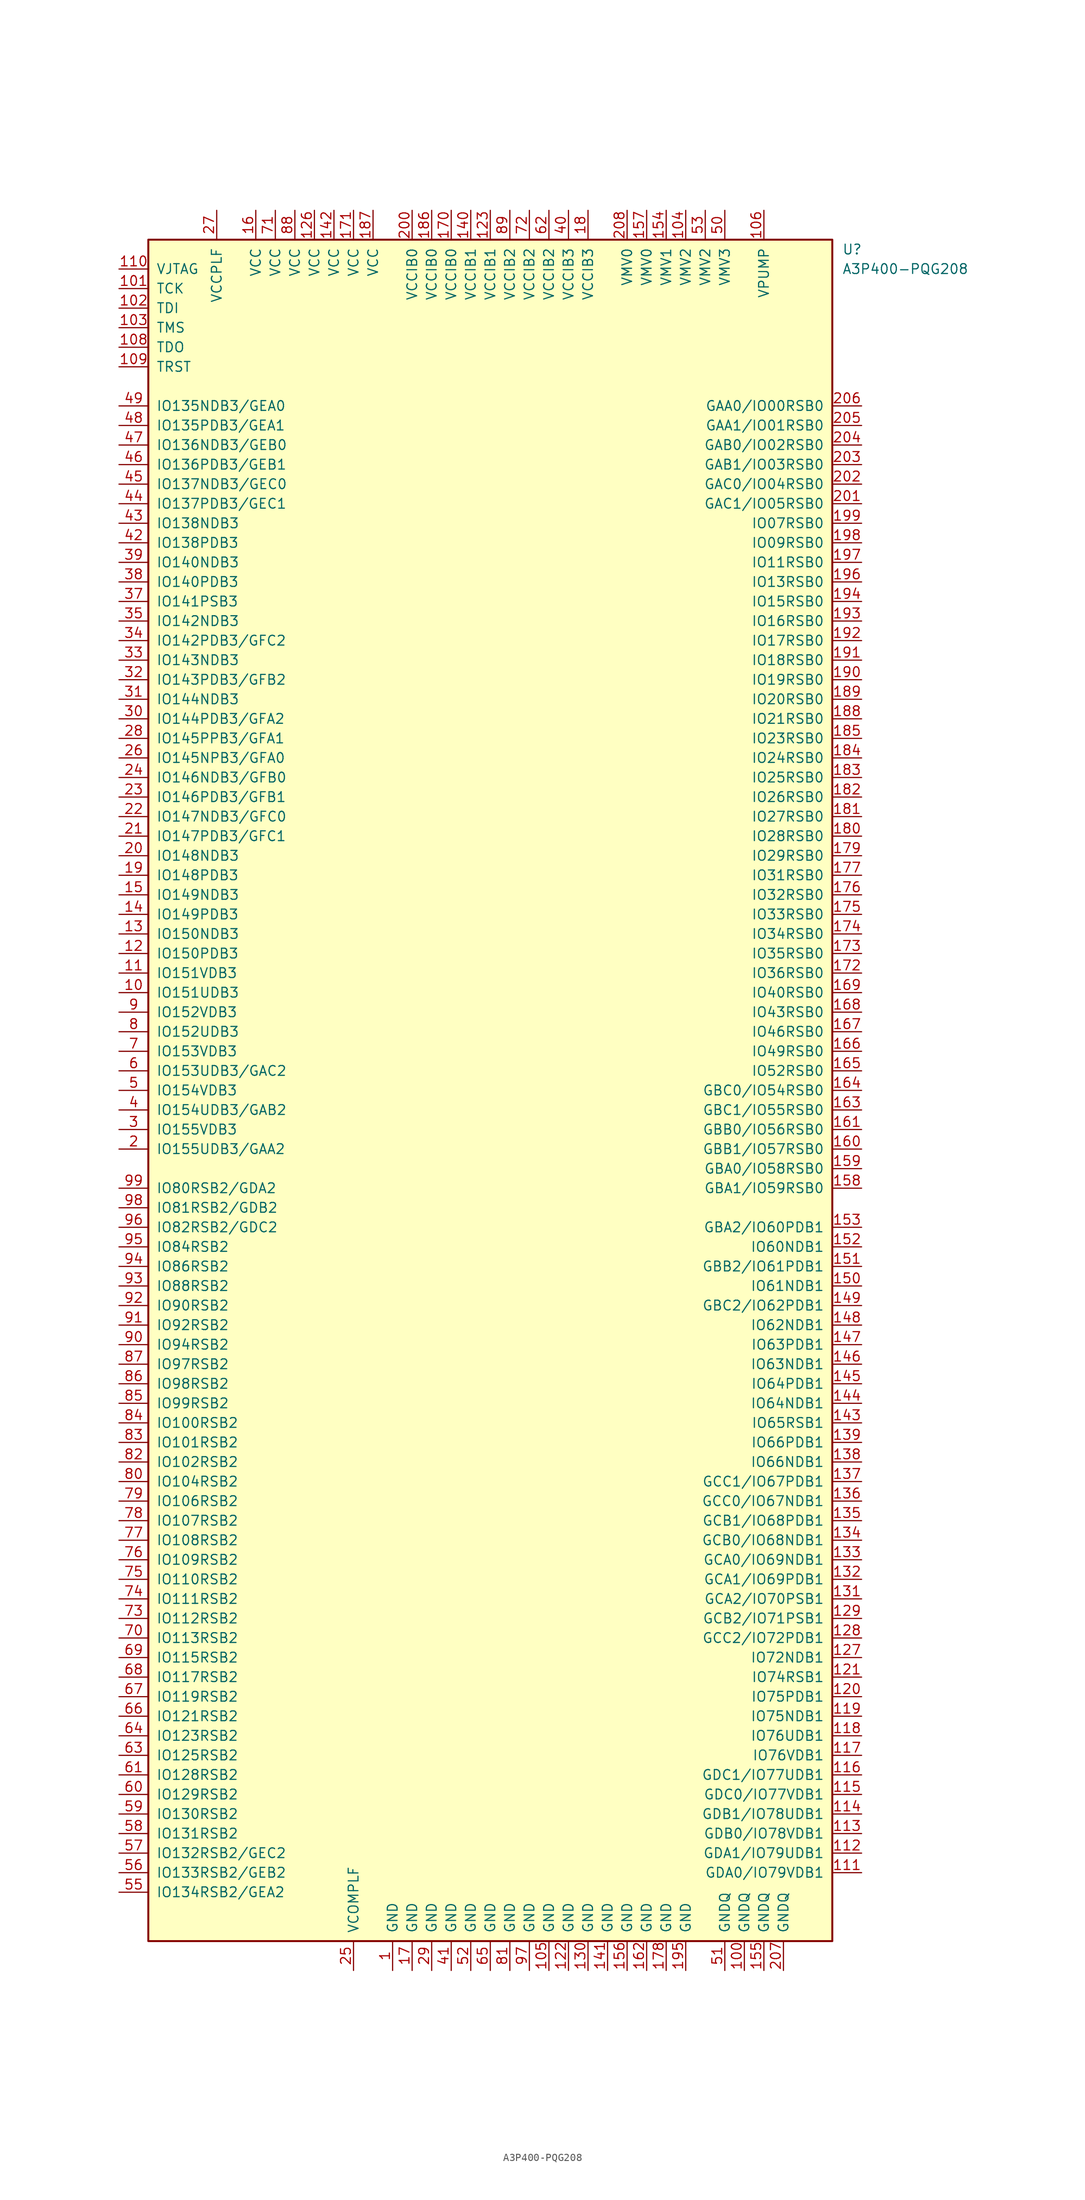
<source format=kicad_sym>
(kicad_symbol_lib
  (version 20231120)
  (generator "kicad_symbol_editor")
  (generator_version "8.0")
  (symbol "A3P400-PQG208"
    (pin_names
      (offset 1.016))
    (property "Reference" "U"
      (at 45.72 109.22 0)
      (effects (font (size 1.27 1.27)) (justify left)))
    (property "Value" "A3P400-PQG208"
      (at 45.72 106.68 0)
      (effects (font (size 1.27 1.27)) (justify left)))
    (symbol "A3P400-PQG208_1_0"
      (rectangle (start -44.45 -110.49) (end 44.45 110.49) (stroke (width 0.254) (type default)) (fill (type background))))
    (symbol "A3P400-PQG208_1_1"
      (pin power_in line (at -12.7 -114.3 90) (length 3.81) (name "GND" (effects (font (size 1.27 1.27)))) (number "1" (effects (font (size 1.27 1.27)))))
      (pin bidirectional line (at -48.26 12.7 0) (length 3.81) (name "IO151UDB3" (effects (font (size 1.27 1.27)))) (number "10" (effects (font (size 1.27 1.27)))))
      (pin power_in line (at 33.02 -114.3 90) (length 3.81) (name "GNDQ" (effects (font (size 1.27 1.27)))) (number "100" (effects (font (size 1.27 1.27)))))
      (pin bidirectional line (at -48.26 104.14 0) (length 3.81) (name "TCK" (effects (font (size 1.27 1.27)))) (number "101" (effects (font (size 1.27 1.27)))))
      (pin bidirectional line (at -48.26 101.6 0) (length 3.81) (name "TDI" (effects (font (size 1.27 1.27)))) (number "102" (effects (font (size 1.27 1.27)))))
      (pin bidirectional line (at -48.26 99.06 0) (length 3.81) (name "TMS" (effects (font (size 1.27 1.27)))) (number "103" (effects (font (size 1.27 1.27)))))
      (pin power_in line (at 25.4 114.3 270) (length 3.81) (name "VMV2" (effects (font (size 1.27 1.27)))) (number "104" (effects (font (size 1.27 1.27)))))
      (pin power_in line (at 7.62 -114.3 90) (length 3.81) (name "GND" (effects (font (size 1.27 1.27)))) (number "105" (effects (font (size 1.27 1.27)))))
      (pin power_in line (at 35.56 114.3 270) (length 3.81) (name "VPUMP" (effects (font (size 1.27 1.27)))) (number "106" (effects (font (size 1.27 1.27)))))
      (pin bidirectional line (at -48.26 96.52 0) (length 3.81) (name "TDO" (effects (font (size 1.27 1.27)))) (number "108" (effects (font (size 1.27 1.27)))))
      (pin bidirectional line (at -48.26 93.98 0) (length 3.81) (name "TRST" (effects (font (size 1.27 1.27)))) (number "109" (effects (font (size 1.27 1.27)))))
      (pin bidirectional line (at -48.26 15.24 0) (length 3.81) (name "IO151VDB3" (effects (font (size 1.27 1.27)))) (number "11" (effects (font (size 1.27 1.27)))))
      (pin power_in line (at -48.26 106.68 0) (length 3.81) (name "VJTAG" (effects (font (size 1.27 1.27)))) (number "110" (effects (font (size 1.27 1.27)))))
      (pin bidirectional line (at 48.26 -101.6 180) (length 3.81) (name "GDA0/IO79VDB1" (effects (font (size 1.27 1.27)))) (number "111" (effects (font (size 1.27 1.27)))))
      (pin bidirectional line (at 48.26 -99.06 180) (length 3.81) (name "GDA1/IO79UDB1" (effects (font (size 1.27 1.27)))) (number "112" (effects (font (size 1.27 1.27)))))
      (pin bidirectional line (at 48.26 -96.52 180) (length 3.81) (name "GDB0/IO78VDB1" (effects (font (size 1.27 1.27)))) (number "113" (effects (font (size 1.27 1.27)))))
      (pin bidirectional line (at 48.26 -93.98 180) (length 3.81) (name "GDB1/IO78UDB1" (effects (font (size 1.27 1.27)))) (number "114" (effects (font (size 1.27 1.27)))))
      (pin bidirectional line (at 48.26 -91.44 180) (length 3.81) (name "GDC0/IO77VDB1" (effects (font (size 1.27 1.27)))) (number "115" (effects (font (size 1.27 1.27)))))
      (pin bidirectional line (at 48.26 -88.9 180) (length 3.81) (name "GDC1/IO77UDB1" (effects (font (size 1.27 1.27)))) (number "116" (effects (font (size 1.27 1.27)))))
      (pin bidirectional line (at 48.26 -86.36 180) (length 3.81) (name "IO76VDB1" (effects (font (size 1.27 1.27)))) (number "117" (effects (font (size 1.27 1.27)))))
      (pin bidirectional line (at 48.26 -83.82 180) (length 3.81) (name "IO76UDB1" (effects (font (size 1.27 1.27)))) (number "118" (effects (font (size 1.27 1.27)))))
      (pin bidirectional line (at 48.26 -81.28 180) (length 3.81) (name "IO75NDB1" (effects (font (size 1.27 1.27)))) (number "119" (effects (font (size 1.27 1.27)))))
      (pin bidirectional line (at -48.26 17.78 0) (length 3.81) (name "IO150PDB3" (effects (font (size 1.27 1.27)))) (number "12" (effects (font (size 1.27 1.27)))))
      (pin bidirectional line (at 48.26 -78.74 180) (length 3.81) (name "IO75PDB1" (effects (font (size 1.27 1.27)))) (number "120" (effects (font (size 1.27 1.27)))))
      (pin bidirectional line (at 48.26 -76.2 180) (length 3.81) (name "IO74RSB1" (effects (font (size 1.27 1.27)))) (number "121" (effects (font (size 1.27 1.27)))))
      (pin power_in line (at 10.16 -114.3 90) (length 3.81) (name "GND" (effects (font (size 1.27 1.27)))) (number "122" (effects (font (size 1.27 1.27)))))
      (pin power_in line (at 0 114.3 270) (length 3.81) (name "VCCIB1" (effects (font (size 1.27 1.27)))) (number "123" (effects (font (size 1.27 1.27)))))
      (pin power_in line (at -22.86 114.3 270) (length 3.81) (name "VCC" (effects (font (size 1.27 1.27)))) (number "126" (effects (font (size 1.27 1.27)))))
      (pin bidirectional line (at 48.26 -73.66 180) (length 3.81) (name "IO72NDB1" (effects (font (size 1.27 1.27)))) (number "127" (effects (font (size 1.27 1.27)))))
      (pin bidirectional line (at 48.26 -71.12 180) (length 3.81) (name "GCC2/IO72PDB1" (effects (font (size 1.27 1.27)))) (number "128" (effects (font (size 1.27 1.27)))))
      (pin bidirectional line (at 48.26 -68.58 180) (length 3.81) (name "GCB2/IO71PSB1" (effects (font (size 1.27 1.27)))) (number "129" (effects (font (size 1.27 1.27)))))
      (pin bidirectional line (at -48.26 20.32 0) (length 3.81) (name "IO150NDB3" (effects (font (size 1.27 1.27)))) (number "13" (effects (font (size 1.27 1.27)))))
      (pin power_in line (at 12.7 -114.3 90) (length 3.81) (name "GND" (effects (font (size 1.27 1.27)))) (number "130" (effects (font (size 1.27 1.27)))))
      (pin bidirectional line (at 48.26 -66.04 180) (length 3.81) (name "GCA2/IO70PSB1" (effects (font (size 1.27 1.27)))) (number "131" (effects (font (size 1.27 1.27)))))
      (pin bidirectional line (at 48.26 -63.5 180) (length 3.81) (name "GCA1/IO69PDB1" (effects (font (size 1.27 1.27)))) (number "132" (effects (font (size 1.27 1.27)))))
      (pin bidirectional line (at 48.26 -60.96 180) (length 3.81) (name "GCA0/IO69NDB1" (effects (font (size 1.27 1.27)))) (number "133" (effects (font (size 1.27 1.27)))))
      (pin bidirectional line (at 48.26 -58.42 180) (length 3.81) (name "GCB0/IO68NDB1" (effects (font (size 1.27 1.27)))) (number "134" (effects (font (size 1.27 1.27)))))
      (pin bidirectional line (at 48.26 -55.88 180) (length 3.81) (name "GCB1/IO68PDB1" (effects (font (size 1.27 1.27)))) (number "135" (effects (font (size 1.27 1.27)))))
      (pin bidirectional line (at 48.26 -53.34 180) (length 3.81) (name "GCC0/IO67NDB1" (effects (font (size 1.27 1.27)))) (number "136" (effects (font (size 1.27 1.27)))))
      (pin bidirectional line (at 48.26 -50.8 180) (length 3.81) (name "GCC1/IO67PDB1" (effects (font (size 1.27 1.27)))) (number "137" (effects (font (size 1.27 1.27)))))
      (pin bidirectional line (at 48.26 -48.26 180) (length 3.81) (name "IO66NDB1" (effects (font (size 1.27 1.27)))) (number "138" (effects (font (size 1.27 1.27)))))
      (pin bidirectional line (at 48.26 -45.72 180) (length 3.81) (name "IO66PDB1" (effects (font (size 1.27 1.27)))) (number "139" (effects (font (size 1.27 1.27)))))
      (pin bidirectional line (at -48.26 22.86 0) (length 3.81) (name "IO149PDB3" (effects (font (size 1.27 1.27)))) (number "14" (effects (font (size 1.27 1.27)))))
      (pin power_in line (at -2.54 114.3 270) (length 3.81) (name "VCCIB1" (effects (font (size 1.27 1.27)))) (number "140" (effects (font (size 1.27 1.27)))))
      (pin power_in line (at 15.24 -114.3 90) (length 3.81) (name "GND" (effects (font (size 1.27 1.27)))) (number "141" (effects (font (size 1.27 1.27)))))
      (pin power_in line (at -20.32 114.3 270) (length 3.81) (name "VCC" (effects (font (size 1.27 1.27)))) (number "142" (effects (font (size 1.27 1.27)))))
      (pin bidirectional line (at 48.26 -43.18 180) (length 3.81) (name "IO65RSB1" (effects (font (size 1.27 1.27)))) (number "143" (effects (font (size 1.27 1.27)))))
      (pin bidirectional line (at 48.26 -40.64 180) (length 3.81) (name "IO64NDB1" (effects (font (size 1.27 1.27)))) (number "144" (effects (font (size 1.27 1.27)))))
      (pin bidirectional line (at 48.26 -38.1 180) (length 3.81) (name "IO64PDB1" (effects (font (size 1.27 1.27)))) (number "145" (effects (font (size 1.27 1.27)))))
      (pin bidirectional line (at 48.26 -35.56 180) (length 3.81) (name "IO63NDB1" (effects (font (size 1.27 1.27)))) (number "146" (effects (font (size 1.27 1.27)))))
      (pin bidirectional line (at 48.26 -33.02 180) (length 3.81) (name "IO63PDB1" (effects (font (size 1.27 1.27)))) (number "147" (effects (font (size 1.27 1.27)))))
      (pin bidirectional line (at 48.26 -30.48 180) (length 3.81) (name "IO62NDB1" (effects (font (size 1.27 1.27)))) (number "148" (effects (font (size 1.27 1.27)))))
      (pin bidirectional line (at 48.26 -27.94 180) (length 3.81) (name "GBC2/IO62PDB1" (effects (font (size 1.27 1.27)))) (number "149" (effects (font (size 1.27 1.27)))))
      (pin bidirectional line (at -48.26 25.4 0) (length 3.81) (name "IO149NDB3" (effects (font (size 1.27 1.27)))) (number "15" (effects (font (size 1.27 1.27)))))
      (pin bidirectional line (at 48.26 -25.4 180) (length 3.81) (name "IO61NDB1" (effects (font (size 1.27 1.27)))) (number "150" (effects (font (size 1.27 1.27)))))
      (pin bidirectional line (at 48.26 -22.86 180) (length 3.81) (name "GBB2/IO61PDB1" (effects (font (size 1.27 1.27)))) (number "151" (effects (font (size 1.27 1.27)))))
      (pin bidirectional line (at 48.26 -20.32 180) (length 3.81) (name "IO60NDB1" (effects (font (size 1.27 1.27)))) (number "152" (effects (font (size 1.27 1.27)))))
      (pin bidirectional line (at 48.26 -17.78 180) (length 3.81) (name "GBA2/IO60PDB1" (effects (font (size 1.27 1.27)))) (number "153" (effects (font (size 1.27 1.27)))))
      (pin power_in line (at 22.86 114.3 270) (length 3.81) (name "VMV1" (effects (font (size 1.27 1.27)))) (number "154" (effects (font (size 1.27 1.27)))))
      (pin power_in line (at 35.56 -114.3 90) (length 3.81) (name "GNDQ" (effects (font (size 1.27 1.27)))) (number "155" (effects (font (size 1.27 1.27)))))
      (pin power_in line (at 17.78 -114.3 90) (length 3.81) (name "GND" (effects (font (size 1.27 1.27)))) (number "156" (effects (font (size 1.27 1.27)))))
      (pin power_in line (at 20.32 114.3 270) (length 3.81) (name "VMV0" (effects (font (size 1.27 1.27)))) (number "157" (effects (font (size 1.27 1.27)))))
      (pin bidirectional line (at 48.26 -12.7 180) (length 3.81) (name "GBA1/IO59RSB0" (effects (font (size 1.27 1.27)))) (number "158" (effects (font (size 1.27 1.27)))))
      (pin bidirectional line (at 48.26 -10.16 180) (length 3.81) (name "GBA0/IO58RSB0" (effects (font (size 1.27 1.27)))) (number "159" (effects (font (size 1.27 1.27)))))
      (pin power_in line (at -30.48 114.3 270) (length 3.81) (name "VCC" (effects (font (size 1.27 1.27)))) (number "16" (effects (font (size 1.27 1.27)))))
      (pin bidirectional line (at 48.26 -7.62 180) (length 3.81) (name "GBB1/IO57RSB0" (effects (font (size 1.27 1.27)))) (number "160" (effects (font (size 1.27 1.27)))))
      (pin bidirectional line (at 48.26 -5.08 180) (length 3.81) (name "GBB0/IO56RSB0" (effects (font (size 1.27 1.27)))) (number "161" (effects (font (size 1.27 1.27)))))
      (pin power_in line (at 20.32 -114.3 90) (length 3.81) (name "GND" (effects (font (size 1.27 1.27)))) (number "162" (effects (font (size 1.27 1.27)))))
      (pin bidirectional line (at 48.26 -2.54 180) (length 3.81) (name "GBC1/IO55RSB0" (effects (font (size 1.27 1.27)))) (number "163" (effects (font (size 1.27 1.27)))))
      (pin bidirectional line (at 48.26 0 180) (length 3.81) (name "GBC0/IO54RSB0" (effects (font (size 1.27 1.27)))) (number "164" (effects (font (size 1.27 1.27)))))
      (pin bidirectional line (at 48.26 2.54 180) (length 3.81) (name "IO52RSB0" (effects (font (size 1.27 1.27)))) (number "165" (effects (font (size 1.27 1.27)))))
      (pin bidirectional line (at 48.26 5.08 180) (length 3.81) (name "IO49RSB0" (effects (font (size 1.27 1.27)))) (number "166" (effects (font (size 1.27 1.27)))))
      (pin bidirectional line (at 48.26 7.62 180) (length 3.81) (name "IO46RSB0" (effects (font (size 1.27 1.27)))) (number "167" (effects (font (size 1.27 1.27)))))
      (pin bidirectional line (at 48.26 10.16 180) (length 3.81) (name "IO43RSB0" (effects (font (size 1.27 1.27)))) (number "168" (effects (font (size 1.27 1.27)))))
      (pin bidirectional line (at 48.26 12.7 180) (length 3.81) (name "IO40RSB0" (effects (font (size 1.27 1.27)))) (number "169" (effects (font (size 1.27 1.27)))))
      (pin power_in line (at -10.16 -114.3 90) (length 3.81) (name "GND" (effects (font (size 1.27 1.27)))) (number "17" (effects (font (size 1.27 1.27)))))
      (pin power_in line (at -5.08 114.3 270) (length 3.81) (name "VCCIB0" (effects (font (size 1.27 1.27)))) (number "170" (effects (font (size 1.27 1.27)))))
      (pin power_in line (at -17.78 114.3 270) (length 3.81) (name "VCC" (effects (font (size 1.27 1.27)))) (number "171" (effects (font (size 1.27 1.27)))))
      (pin bidirectional line (at 48.26 15.24 180) (length 3.81) (name "IO36RSB0" (effects (font (size 1.27 1.27)))) (number "172" (effects (font (size 1.27 1.27)))))
      (pin bidirectional line (at 48.26 17.78 180) (length 3.81) (name "IO35RSB0" (effects (font (size 1.27 1.27)))) (number "173" (effects (font (size 1.27 1.27)))))
      (pin bidirectional line (at 48.26 20.32 180) (length 3.81) (name "IO34RSB0" (effects (font (size 1.27 1.27)))) (number "174" (effects (font (size 1.27 1.27)))))
      (pin bidirectional line (at 48.26 22.86 180) (length 3.81) (name "IO33RSB0" (effects (font (size 1.27 1.27)))) (number "175" (effects (font (size 1.27 1.27)))))
      (pin bidirectional line (at 48.26 25.4 180) (length 3.81) (name "IO32RSB0" (effects (font (size 1.27 1.27)))) (number "176" (effects (font (size 1.27 1.27)))))
      (pin bidirectional line (at 48.26 27.94 180) (length 3.81) (name "IO31RSB0" (effects (font (size 1.27 1.27)))) (number "177" (effects (font (size 1.27 1.27)))))
      (pin power_in line (at 22.86 -114.3 90) (length 3.81) (name "GND" (effects (font (size 1.27 1.27)))) (number "178" (effects (font (size 1.27 1.27)))))
      (pin bidirectional line (at 48.26 30.48 180) (length 3.81) (name "IO29RSB0" (effects (font (size 1.27 1.27)))) (number "179" (effects (font (size 1.27 1.27)))))
      (pin power_in line (at 12.7 114.3 270) (length 3.81) (name "VCCIB3" (effects (font (size 1.27 1.27)))) (number "18" (effects (font (size 1.27 1.27)))))
      (pin bidirectional line (at 48.26 33.02 180) (length 3.81) (name "IO28RSB0" (effects (font (size 1.27 1.27)))) (number "180" (effects (font (size 1.27 1.27)))))
      (pin bidirectional line (at 48.26 35.56 180) (length 3.81) (name "IO27RSB0" (effects (font (size 1.27 1.27)))) (number "181" (effects (font (size 1.27 1.27)))))
      (pin bidirectional line (at 48.26 38.1 180) (length 3.81) (name "IO26RSB0" (effects (font (size 1.27 1.27)))) (number "182" (effects (font (size 1.27 1.27)))))
      (pin bidirectional line (at 48.26 40.64 180) (length 3.81) (name "IO25RSB0" (effects (font (size 1.27 1.27)))) (number "183" (effects (font (size 1.27 1.27)))))
      (pin bidirectional line (at 48.26 43.18 180) (length 3.81) (name "IO24RSB0" (effects (font (size 1.27 1.27)))) (number "184" (effects (font (size 1.27 1.27)))))
      (pin bidirectional line (at 48.26 45.72 180) (length 3.81) (name "IO23RSB0" (effects (font (size 1.27 1.27)))) (number "185" (effects (font (size 1.27 1.27)))))
      (pin power_in line (at -7.62 114.3 270) (length 3.81) (name "VCCIB0" (effects (font (size 1.27 1.27)))) (number "186" (effects (font (size 1.27 1.27)))))
      (pin power_in line (at -15.24 114.3 270) (length 3.81) (name "VCC" (effects (font (size 1.27 1.27)))) (number "187" (effects (font (size 1.27 1.27)))))
      (pin bidirectional line (at 48.26 48.26 180) (length 3.81) (name "IO21RSB0" (effects (font (size 1.27 1.27)))) (number "188" (effects (font (size 1.27 1.27)))))
      (pin bidirectional line (at 48.26 50.8 180) (length 3.81) (name "IO20RSB0" (effects (font (size 1.27 1.27)))) (number "189" (effects (font (size 1.27 1.27)))))
      (pin bidirectional line (at -48.26 27.94 0) (length 3.81) (name "IO148PDB3" (effects (font (size 1.27 1.27)))) (number "19" (effects (font (size 1.27 1.27)))))
      (pin bidirectional line (at 48.26 53.34 180) (length 3.81) (name "IO19RSB0" (effects (font (size 1.27 1.27)))) (number "190" (effects (font (size 1.27 1.27)))))
      (pin bidirectional line (at 48.26 55.88 180) (length 3.81) (name "IO18RSB0" (effects (font (size 1.27 1.27)))) (number "191" (effects (font (size 1.27 1.27)))))
      (pin bidirectional line (at 48.26 58.42 180) (length 3.81) (name "IO17RSB0" (effects (font (size 1.27 1.27)))) (number "192" (effects (font (size 1.27 1.27)))))
      (pin bidirectional line (at 48.26 60.96 180) (length 3.81) (name "IO16RSB0" (effects (font (size 1.27 1.27)))) (number "193" (effects (font (size 1.27 1.27)))))
      (pin bidirectional line (at 48.26 63.5 180) (length 3.81) (name "IO15RSB0" (effects (font (size 1.27 1.27)))) (number "194" (effects (font (size 1.27 1.27)))))
      (pin power_in line (at 25.4 -114.3 90) (length 3.81) (name "GND" (effects (font (size 1.27 1.27)))) (number "195" (effects (font (size 1.27 1.27)))))
      (pin bidirectional line (at 48.26 66.04 180) (length 3.81) (name "IO13RSB0" (effects (font (size 1.27 1.27)))) (number "196" (effects (font (size 1.27 1.27)))))
      (pin bidirectional line (at 48.26 68.58 180) (length 3.81) (name "IO11RSB0" (effects (font (size 1.27 1.27)))) (number "197" (effects (font (size 1.27 1.27)))))
      (pin bidirectional line (at 48.26 71.12 180) (length 3.81) (name "IO09RSB0" (effects (font (size 1.27 1.27)))) (number "198" (effects (font (size 1.27 1.27)))))
      (pin bidirectional line (at 48.26 73.66 180) (length 3.81) (name "IO07RSB0" (effects (font (size 1.27 1.27)))) (number "199" (effects (font (size 1.27 1.27)))))
      (pin bidirectional line (at -48.26 -7.62 0) (length 3.81) (name "IO155UDB3/GAA2" (effects (font (size 1.27 1.27)))) (number "2" (effects (font (size 1.27 1.27)))))
      (pin bidirectional line (at -48.26 30.48 0) (length 3.81) (name "IO148NDB3" (effects (font (size 1.27 1.27)))) (number "20" (effects (font (size 1.27 1.27)))))
      (pin power_in line (at -10.16 114.3 270) (length 3.81) (name "VCCIB0" (effects (font (size 1.27 1.27)))) (number "200" (effects (font (size 1.27 1.27)))))
      (pin bidirectional line (at 48.26 76.2 180) (length 3.81) (name "GAC1/IO05RSB0" (effects (font (size 1.27 1.27)))) (number "201" (effects (font (size 1.27 1.27)))))
      (pin bidirectional line (at 48.26 78.74 180) (length 3.81) (name "GAC0/IO04RSB0" (effects (font (size 1.27 1.27)))) (number "202" (effects (font (size 1.27 1.27)))))
      (pin bidirectional line (at 48.26 81.28 180) (length 3.81) (name "GAB1/IO03RSB0" (effects (font (size 1.27 1.27)))) (number "203" (effects (font (size 1.27 1.27)))))
      (pin bidirectional line (at 48.26 83.82 180) (length 3.81) (name "GAB0/IO02RSB0" (effects (font (size 1.27 1.27)))) (number "204" (effects (font (size 1.27 1.27)))))
      (pin bidirectional line (at 48.26 86.36 180) (length 3.81) (name "GAA1/IO01RSB0" (effects (font (size 1.27 1.27)))) (number "205" (effects (font (size 1.27 1.27)))))
      (pin bidirectional line (at 48.26 88.9 180) (length 3.81) (name "GAA0/IO00RSB0" (effects (font (size 1.27 1.27)))) (number "206" (effects (font (size 1.27 1.27)))))
      (pin power_in line (at 38.1 -114.3 90) (length 3.81) (name "GNDQ" (effects (font (size 1.27 1.27)))) (number "207" (effects (font (size 1.27 1.27)))))
      (pin power_in line (at 17.78 114.3 270) (length 3.81) (name "VMV0" (effects (font (size 1.27 1.27)))) (number "208" (effects (font (size 1.27 1.27)))))
      (pin bidirectional line (at -48.26 33.02 0) (length 3.81) (name "IO147PDB3/GFC1" (effects (font (size 1.27 1.27)))) (number "21" (effects (font (size 1.27 1.27)))))
      (pin bidirectional line (at -48.26 35.56 0) (length 3.81) (name "IO147NDB3/GFC0" (effects (font (size 1.27 1.27)))) (number "22" (effects (font (size 1.27 1.27)))))
      (pin bidirectional line (at -48.26 38.1 0) (length 3.81) (name "IO146PDB3/GFB1" (effects (font (size 1.27 1.27)))) (number "23" (effects (font (size 1.27 1.27)))))
      (pin bidirectional line (at -48.26 40.64 0) (length 3.81) (name "IO146NDB3/GFB0" (effects (font (size 1.27 1.27)))) (number "24" (effects (font (size 1.27 1.27)))))
      (pin power_in line (at -17.78 -114.3 90) (length 3.81) (name "VCOMPLF" (effects (font (size 1.27 1.27)))) (number "25" (effects (font (size 1.27 1.27)))))
      (pin bidirectional line (at -48.26 43.18 0) (length 3.81) (name "IO145NPB3/GFA0" (effects (font (size 1.27 1.27)))) (number "26" (effects (font (size 1.27 1.27)))))
      (pin power_in line (at -35.56 114.3 270) (length 3.81) (name "VCCPLF" (effects (font (size 1.27 1.27)))) (number "27" (effects (font (size 1.27 1.27)))))
      (pin bidirectional line (at -48.26 45.72 0) (length 3.81) (name "IO145PPB3/GFA1" (effects (font (size 1.27 1.27)))) (number "28" (effects (font (size 1.27 1.27)))))
      (pin power_in line (at -7.62 -114.3 90) (length 3.81) (name "GND" (effects (font (size 1.27 1.27)))) (number "29" (effects (font (size 1.27 1.27)))))
      (pin bidirectional line (at -48.26 -5.08 0) (length 3.81) (name "IO155VDB3" (effects (font (size 1.27 1.27)))) (number "3" (effects (font (size 1.27 1.27)))))
      (pin bidirectional line (at -48.26 48.26 0) (length 3.81) (name "IO144PDB3/GFA2" (effects (font (size 1.27 1.27)))) (number "30" (effects (font (size 1.27 1.27)))))
      (pin bidirectional line (at -48.26 50.8 0) (length 3.81) (name "IO144NDB3" (effects (font (size 1.27 1.27)))) (number "31" (effects (font (size 1.27 1.27)))))
      (pin bidirectional line (at -48.26 53.34 0) (length 3.81) (name "IO143PDB3/GFB2" (effects (font (size 1.27 1.27)))) (number "32" (effects (font (size 1.27 1.27)))))
      (pin bidirectional line (at -48.26 55.88 0) (length 3.81) (name "IO143NDB3" (effects (font (size 1.27 1.27)))) (number "33" (effects (font (size 1.27 1.27)))))
      (pin bidirectional line (at -48.26 58.42 0) (length 3.81) (name "IO142PDB3/GFC2" (effects (font (size 1.27 1.27)))) (number "34" (effects (font (size 1.27 1.27)))))
      (pin bidirectional line (at -48.26 60.96 0) (length 3.81) (name "IO142NDB3" (effects (font (size 1.27 1.27)))) (number "35" (effects (font (size 1.27 1.27)))))
      (pin bidirectional line (at -48.26 63.5 0) (length 3.81) (name "IO141PSB3" (effects (font (size 1.27 1.27)))) (number "37" (effects (font (size 1.27 1.27)))))
      (pin bidirectional line (at -48.26 66.04 0) (length 3.81) (name "IO140PDB3" (effects (font (size 1.27 1.27)))) (number "38" (effects (font (size 1.27 1.27)))))
      (pin bidirectional line (at -48.26 68.58 0) (length 3.81) (name "IO140NDB3" (effects (font (size 1.27 1.27)))) (number "39" (effects (font (size 1.27 1.27)))))
      (pin bidirectional line (at -48.26 -2.54 0) (length 3.81) (name "IO154UDB3/GAB2" (effects (font (size 1.27 1.27)))) (number "4" (effects (font (size 1.27 1.27)))))
      (pin power_in line (at 10.16 114.3 270) (length 3.81) (name "VCCIB3" (effects (font (size 1.27 1.27)))) (number "40" (effects (font (size 1.27 1.27)))))
      (pin power_in line (at -5.08 -114.3 90) (length 3.81) (name "GND" (effects (font (size 1.27 1.27)))) (number "41" (effects (font (size 1.27 1.27)))))
      (pin bidirectional line (at -48.26 71.12 0) (length 3.81) (name "IO138PDB3" (effects (font (size 1.27 1.27)))) (number "42" (effects (font (size 1.27 1.27)))))
      (pin bidirectional line (at -48.26 73.66 0) (length 3.81) (name "IO138NDB3" (effects (font (size 1.27 1.27)))) (number "43" (effects (font (size 1.27 1.27)))))
      (pin bidirectional line (at -48.26 76.2 0) (length 3.81) (name "IO137PDB3/GEC1" (effects (font (size 1.27 1.27)))) (number "44" (effects (font (size 1.27 1.27)))))
      (pin bidirectional line (at -48.26 78.74 0) (length 3.81) (name "IO137NDB3/GEC0" (effects (font (size 1.27 1.27)))) (number "45" (effects (font (size 1.27 1.27)))))
      (pin bidirectional line (at -48.26 81.28 0) (length 3.81) (name "IO136PDB3/GEB1" (effects (font (size 1.27 1.27)))) (number "46" (effects (font (size 1.27 1.27)))))
      (pin bidirectional line (at -48.26 83.82 0) (length 3.81) (name "IO136NDB3/GEB0" (effects (font (size 1.27 1.27)))) (number "47" (effects (font (size 1.27 1.27)))))
      (pin bidirectional line (at -48.26 86.36 0) (length 3.81) (name "IO135PDB3/GEA1" (effects (font (size 1.27 1.27)))) (number "48" (effects (font (size 1.27 1.27)))))
      (pin bidirectional line (at -48.26 88.9 0) (length 3.81) (name "IO135NDB3/GEA0" (effects (font (size 1.27 1.27)))) (number "49" (effects (font (size 1.27 1.27)))))
      (pin bidirectional line (at -48.26 0 0) (length 3.81) (name "IO154VDB3" (effects (font (size 1.27 1.27)))) (number "5" (effects (font (size 1.27 1.27)))))
      (pin power_in line (at 30.48 114.3 270) (length 3.81) (name "VMV3" (effects (font (size 1.27 1.27)))) (number "50" (effects (font (size 1.27 1.27)))))
      (pin power_in line (at 30.48 -114.3 90) (length 3.81) (name "GNDQ" (effects (font (size 1.27 1.27)))) (number "51" (effects (font (size 1.27 1.27)))))
      (pin power_in line (at -2.54 -114.3 90) (length 3.81) (name "GND" (effects (font (size 1.27 1.27)))) (number "52" (effects (font (size 1.27 1.27)))))
      (pin power_in line (at 27.94 114.3 270) (length 3.81) (name "VMV2" (effects (font (size 1.27 1.27)))) (number "53" (effects (font (size 1.27 1.27)))))
      (pin bidirectional line (at -48.26 -104.14 0) (length 3.81) (name "IO134RSB2/GEA2" (effects (font (size 1.27 1.27)))) (number "55" (effects (font (size 1.27 1.27)))))
      (pin bidirectional line (at -48.26 -101.6 0) (length 3.81) (name "IO133RSB2/GEB2" (effects (font (size 1.27 1.27)))) (number "56" (effects (font (size 1.27 1.27)))))
      (pin bidirectional line (at -48.26 -99.06 0) (length 3.81) (name "IO132RSB2/GEC2" (effects (font (size 1.27 1.27)))) (number "57" (effects (font (size 1.27 1.27)))))
      (pin bidirectional line (at -48.26 -96.52 0) (length 3.81) (name "IO131RSB2" (effects (font (size 1.27 1.27)))) (number "58" (effects (font (size 1.27 1.27)))))
      (pin bidirectional line (at -48.26 -93.98 0) (length 3.81) (name "IO130RSB2" (effects (font (size 1.27 1.27)))) (number "59" (effects (font (size 1.27 1.27)))))
      (pin bidirectional line (at -48.26 2.54 0) (length 3.81) (name "IO153UDB3/GAC2" (effects (font (size 1.27 1.27)))) (number "6" (effects (font (size 1.27 1.27)))))
      (pin bidirectional line (at -48.26 -91.44 0) (length 3.81) (name "IO129RSB2" (effects (font (size 1.27 1.27)))) (number "60" (effects (font (size 1.27 1.27)))))
      (pin bidirectional line (at -48.26 -88.9 0) (length 3.81) (name "IO128RSB2" (effects (font (size 1.27 1.27)))) (number "61" (effects (font (size 1.27 1.27)))))
      (pin power_in line (at 7.62 114.3 270) (length 3.81) (name "VCCIB2" (effects (font (size 1.27 1.27)))) (number "62" (effects (font (size 1.27 1.27)))))
      (pin bidirectional line (at -48.26 -86.36 0) (length 3.81) (name "IO125RSB2" (effects (font (size 1.27 1.27)))) (number "63" (effects (font (size 1.27 1.27)))))
      (pin bidirectional line (at -48.26 -83.82 0) (length 3.81) (name "IO123RSB2" (effects (font (size 1.27 1.27)))) (number "64" (effects (font (size 1.27 1.27)))))
      (pin power_in line (at 0 -114.3 90) (length 3.81) (name "GND" (effects (font (size 1.27 1.27)))) (number "65" (effects (font (size 1.27 1.27)))))
      (pin bidirectional line (at -48.26 -81.28 0) (length 3.81) (name "IO121RSB2" (effects (font (size 1.27 1.27)))) (number "66" (effects (font (size 1.27 1.27)))))
      (pin bidirectional line (at -48.26 -78.74 0) (length 3.81) (name "IO119RSB2" (effects (font (size 1.27 1.27)))) (number "67" (effects (font (size 1.27 1.27)))))
      (pin bidirectional line (at -48.26 -76.2 0) (length 3.81) (name "IO117RSB2" (effects (font (size 1.27 1.27)))) (number "68" (effects (font (size 1.27 1.27)))))
      (pin bidirectional line (at -48.26 -73.66 0) (length 3.81) (name "IO115RSB2" (effects (font (size 1.27 1.27)))) (number "69" (effects (font (size 1.27 1.27)))))
      (pin bidirectional line (at -48.26 5.08 0) (length 3.81) (name "IO153VDB3" (effects (font (size 1.27 1.27)))) (number "7" (effects (font (size 1.27 1.27)))))
      (pin bidirectional line (at -48.26 -71.12 0) (length 3.81) (name "IO113RSB2" (effects (font (size 1.27 1.27)))) (number "70" (effects (font (size 1.27 1.27)))))
      (pin power_in line (at -27.94 114.3 270) (length 3.81) (name "VCC" (effects (font (size 1.27 1.27)))) (number "71" (effects (font (size 1.27 1.27)))))
      (pin power_in line (at 5.08 114.3 270) (length 3.81) (name "VCCIB2" (effects (font (size 1.27 1.27)))) (number "72" (effects (font (size 1.27 1.27)))))
      (pin bidirectional line (at -48.26 -68.58 0) (length 3.81) (name "IO112RSB2" (effects (font (size 1.27 1.27)))) (number "73" (effects (font (size 1.27 1.27)))))
      (pin bidirectional line (at -48.26 -66.04 0) (length 3.81) (name "IO111RSB2" (effects (font (size 1.27 1.27)))) (number "74" (effects (font (size 1.27 1.27)))))
      (pin bidirectional line (at -48.26 -63.5 0) (length 3.81) (name "IO110RSB2" (effects (font (size 1.27 1.27)))) (number "75" (effects (font (size 1.27 1.27)))))
      (pin bidirectional line (at -48.26 -60.96 0) (length 3.81) (name "IO109RSB2" (effects (font (size 1.27 1.27)))) (number "76" (effects (font (size 1.27 1.27)))))
      (pin bidirectional line (at -48.26 -58.42 0) (length 3.81) (name "IO108RSB2" (effects (font (size 1.27 1.27)))) (number "77" (effects (font (size 1.27 1.27)))))
      (pin bidirectional line (at -48.26 -55.88 0) (length 3.81) (name "IO107RSB2" (effects (font (size 1.27 1.27)))) (number "78" (effects (font (size 1.27 1.27)))))
      (pin bidirectional line (at -48.26 -53.34 0) (length 3.81) (name "IO106RSB2" (effects (font (size 1.27 1.27)))) (number "79" (effects (font (size 1.27 1.27)))))
      (pin bidirectional line (at -48.26 7.62 0) (length 3.81) (name "IO152UDB3" (effects (font (size 1.27 1.27)))) (number "8" (effects (font (size 1.27 1.27)))))
      (pin bidirectional line (at -48.26 -50.8 0) (length 3.81) (name "IO104RSB2" (effects (font (size 1.27 1.27)))) (number "80" (effects (font (size 1.27 1.27)))))
      (pin power_in line (at 2.54 -114.3 90) (length 3.81) (name "GND" (effects (font (size 1.27 1.27)))) (number "81" (effects (font (size 1.27 1.27)))))
      (pin bidirectional line (at -48.26 -48.26 0) (length 3.81) (name "IO102RSB2" (effects (font (size 1.27 1.27)))) (number "82" (effects (font (size 1.27 1.27)))))
      (pin bidirectional line (at -48.26 -45.72 0) (length 3.81) (name "IO101RSB2" (effects (font (size 1.27 1.27)))) (number "83" (effects (font (size 1.27 1.27)))))
      (pin bidirectional line (at -48.26 -43.18 0) (length 3.81) (name "IO100RSB2" (effects (font (size 1.27 1.27)))) (number "84" (effects (font (size 1.27 1.27)))))
      (pin bidirectional line (at -48.26 -40.64 0) (length 3.81) (name "IO99RSB2" (effects (font (size 1.27 1.27)))) (number "85" (effects (font (size 1.27 1.27)))))
      (pin bidirectional line (at -48.26 -38.1 0) (length 3.81) (name "IO98RSB2" (effects (font (size 1.27 1.27)))) (number "86" (effects (font (size 1.27 1.27)))))
      (pin bidirectional line (at -48.26 -35.56 0) (length 3.81) (name "IO97RSB2" (effects (font (size 1.27 1.27)))) (number "87" (effects (font (size 1.27 1.27)))))
      (pin power_in line (at -25.4 114.3 270) (length 3.81) (name "VCC" (effects (font (size 1.27 1.27)))) (number "88" (effects (font (size 1.27 1.27)))))
      (pin power_in line (at 2.54 114.3 270) (length 3.81) (name "VCCIB2" (effects (font (size 1.27 1.27)))) (number "89" (effects (font (size 1.27 1.27)))))
      (pin bidirectional line (at -48.26 10.16 0) (length 3.81) (name "IO152VDB3" (effects (font (size 1.27 1.27)))) (number "9" (effects (font (size 1.27 1.27)))))
      (pin bidirectional line (at -48.26 -33.02 0) (length 3.81) (name "IO94RSB2" (effects (font (size 1.27 1.27)))) (number "90" (effects (font (size 1.27 1.27)))))
      (pin bidirectional line (at -48.26 -30.48 0) (length 3.81) (name "IO92RSB2" (effects (font (size 1.27 1.27)))) (number "91" (effects (font (size 1.27 1.27)))))
      (pin bidirectional line (at -48.26 -27.94 0) (length 3.81) (name "IO90RSB2" (effects (font (size 1.27 1.27)))) (number "92" (effects (font (size 1.27 1.27)))))
      (pin bidirectional line (at -48.26 -25.4 0) (length 3.81) (name "IO88RSB2" (effects (font (size 1.27 1.27)))) (number "93" (effects (font (size 1.27 1.27)))))
      (pin bidirectional line (at -48.26 -22.86 0) (length 3.81) (name "IO86RSB2" (effects (font (size 1.27 1.27)))) (number "94" (effects (font (size 1.27 1.27)))))
      (pin bidirectional line (at -48.26 -20.32 0) (length 3.81) (name "IO84RSB2" (effects (font (size 1.27 1.27)))) (number "95" (effects (font (size 1.27 1.27)))))
      (pin bidirectional line (at -48.26 -17.78 0) (length 3.81) (name "IO82RSB2/GDC2" (effects (font (size 1.27 1.27)))) (number "96" (effects (font (size 1.27 1.27)))))
      (pin power_in line (at 5.08 -114.3 90) (length 3.81) (name "GND" (effects (font (size 1.27 1.27)))) (number "97" (effects (font (size 1.27 1.27)))))
      (pin bidirectional line (at -48.26 -15.24 0) (length 3.81) (name "IO81RSB2/GDB2" (effects (font (size 1.27 1.27)))) (number "98" (effects (font (size 1.27 1.27)))))
      (pin bidirectional line (at -48.26 -12.7 0) (length 3.81) (name "IO80RSB2/GDA2" (effects (font (size 1.27 1.27)))) (number "99" (effects (font (size 1.27 1.27))))))))
</source>
